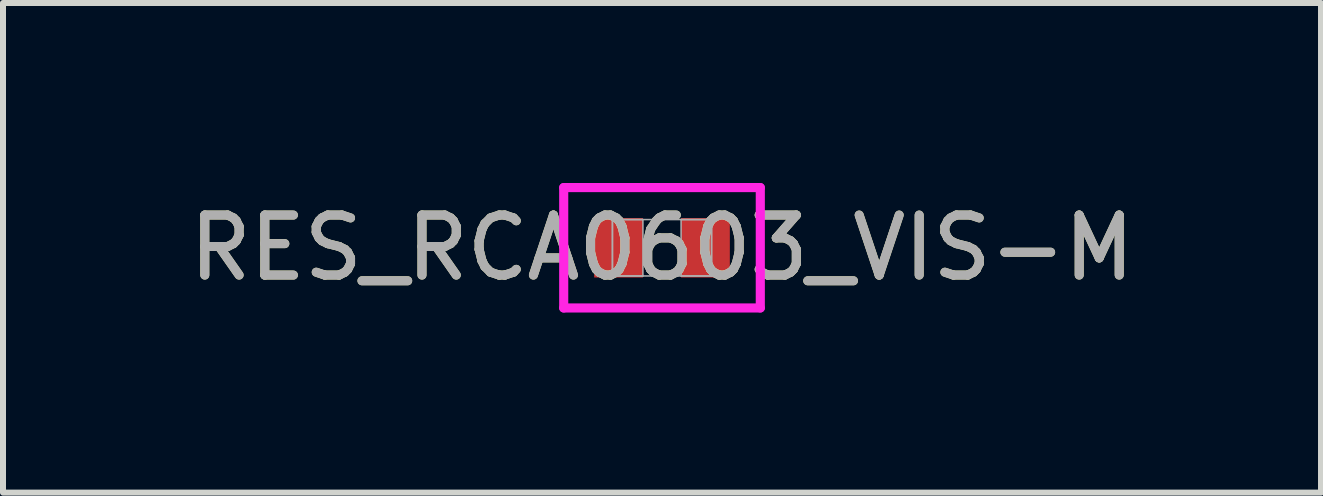
<source format=kicad_pcb>
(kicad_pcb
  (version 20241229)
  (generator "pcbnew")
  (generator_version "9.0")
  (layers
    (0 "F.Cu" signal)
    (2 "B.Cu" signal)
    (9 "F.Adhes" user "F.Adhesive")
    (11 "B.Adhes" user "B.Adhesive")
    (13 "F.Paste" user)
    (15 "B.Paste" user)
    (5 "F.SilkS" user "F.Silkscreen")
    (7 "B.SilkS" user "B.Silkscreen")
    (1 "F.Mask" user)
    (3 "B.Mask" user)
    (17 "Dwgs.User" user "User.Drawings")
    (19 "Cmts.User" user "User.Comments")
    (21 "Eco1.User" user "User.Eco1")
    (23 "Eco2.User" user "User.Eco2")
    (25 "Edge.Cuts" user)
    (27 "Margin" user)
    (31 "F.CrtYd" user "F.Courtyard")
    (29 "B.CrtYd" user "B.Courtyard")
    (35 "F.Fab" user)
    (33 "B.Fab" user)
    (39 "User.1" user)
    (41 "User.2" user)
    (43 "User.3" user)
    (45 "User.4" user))
  (footprint "RES_RCA0603_VIS-M"
    (layer "F.Cu")
    (at 7.982 1.079)
    (property "Reference" "RES_RCA0603_VIS-M" (at 0 0 0) (unlocked yes) (layer "F.SilkS") (effects (font (size 1 1) (thickness 0.15))))
    (attr smd)
    (fp_line (start -1.638 -1.003) (end 1.638 -1.003) (stroke (width 0.152) (type solid)) (layer "F.CrtYd"))
    (fp_line (start -1.638 1.003) (end -1.638 -1.003) (stroke (width 0.152) (type solid)) (layer "F.CrtYd"))
    (fp_line (start 1.638 -1.003) (end 1.638 1.003) (stroke (width 0.152) (type solid)) (layer "F.CrtYd"))
    (fp_line (start 1.638 1.003) (end -1.638 1.003) (stroke (width 0.152) (type solid)) (layer "F.CrtYd"))
    (fp_line (start -0.826 -0.47) (end -0.826 0.47) (stroke (width 0.025) (type solid)) (layer "F.Fab"))
    (fp_line (start -0.826 -0.47) (end -0.826 0.47) (stroke (width 0.025) (type solid)) (layer "F.Fab"))
    (fp_line (start -0.826 0.47) (end -0.318 0.47) (stroke (width 0.025) (type solid)) (layer "F.Fab"))
    (fp_line (start -0.826 0.47) (end 0.826 0.47) (stroke (width 0.025) (type solid)) (layer "F.Fab"))
    (fp_line (start -0.318 -0.47) (end -0.826 -0.47) (stroke (width 0.025) (type solid)) (layer "F.Fab"))
    (fp_line (start -0.318 0.47) (end -0.318 -0.47) (stroke (width 0.025) (type solid)) (layer "F.Fab"))
    (fp_line (start 0.318 -0.47) (end 0.318 0.47) (stroke (width 0.025) (type solid)) (layer "F.Fab"))
    (fp_line (start 0.318 0.47) (end 0.826 0.47) (stroke (width 0.025) (type solid)) (layer "F.Fab"))
    (fp_line (start 0.826 -0.47) (end -0.826 -0.47) (stroke (width 0.025) (type solid)) (layer "F.Fab"))
    (fp_line (start 0.826 -0.47) (end 0.318 -0.47) (stroke (width 0.025) (type solid)) (layer "F.Fab"))
    (fp_line (start 0.826 0.47) (end 0.826 -0.47) (stroke (width 0.025) (type solid)) (layer "F.Fab"))
    (fp_line (start 0.826 0.47) (end 0.826 -0.47) (stroke (width 0.025) (type solid)) (layer "F.Fab"))
    (fp_text user "${REFERENCE}" (at 0 0 0) (unlocked yes) (layer "F.Fab") (effects (font (size 1 1) (thickness 0.15))))
    (pad "1" smd rect (at -0.724 0) (size 0.813 0.991) (layers "F.Cu" "F.Mask" "F.Paste"))
    (pad "2" smd rect (at 0.724 0) (size 0.813 0.991) (layers "F.Cu" "F.Mask" "F.Paste"))
    (zone (net_name "") (layer "F.Cu") (hatch full 0.508) (connect_pads) (min_thickness 0.254) (filled_areas_thickness no) (keepout (tracks not_allowed) (vias not_allowed) (pads allowed) (copperpour not_allowed) (footprints allowed)) (placement (enabled no)) (fill) (polygon (pts (xy 7.715 0.66) (xy 8.249 0.66) (xy 8.249 1.499) (xy 7.715 1.499)))))
  (gr_rect
    (start -3 -3)
    (end 18.964 5.159)
    (stroke (width 0.1) (type default))
    (fill no)
    (layer "Edge.Cuts")))
</source>
